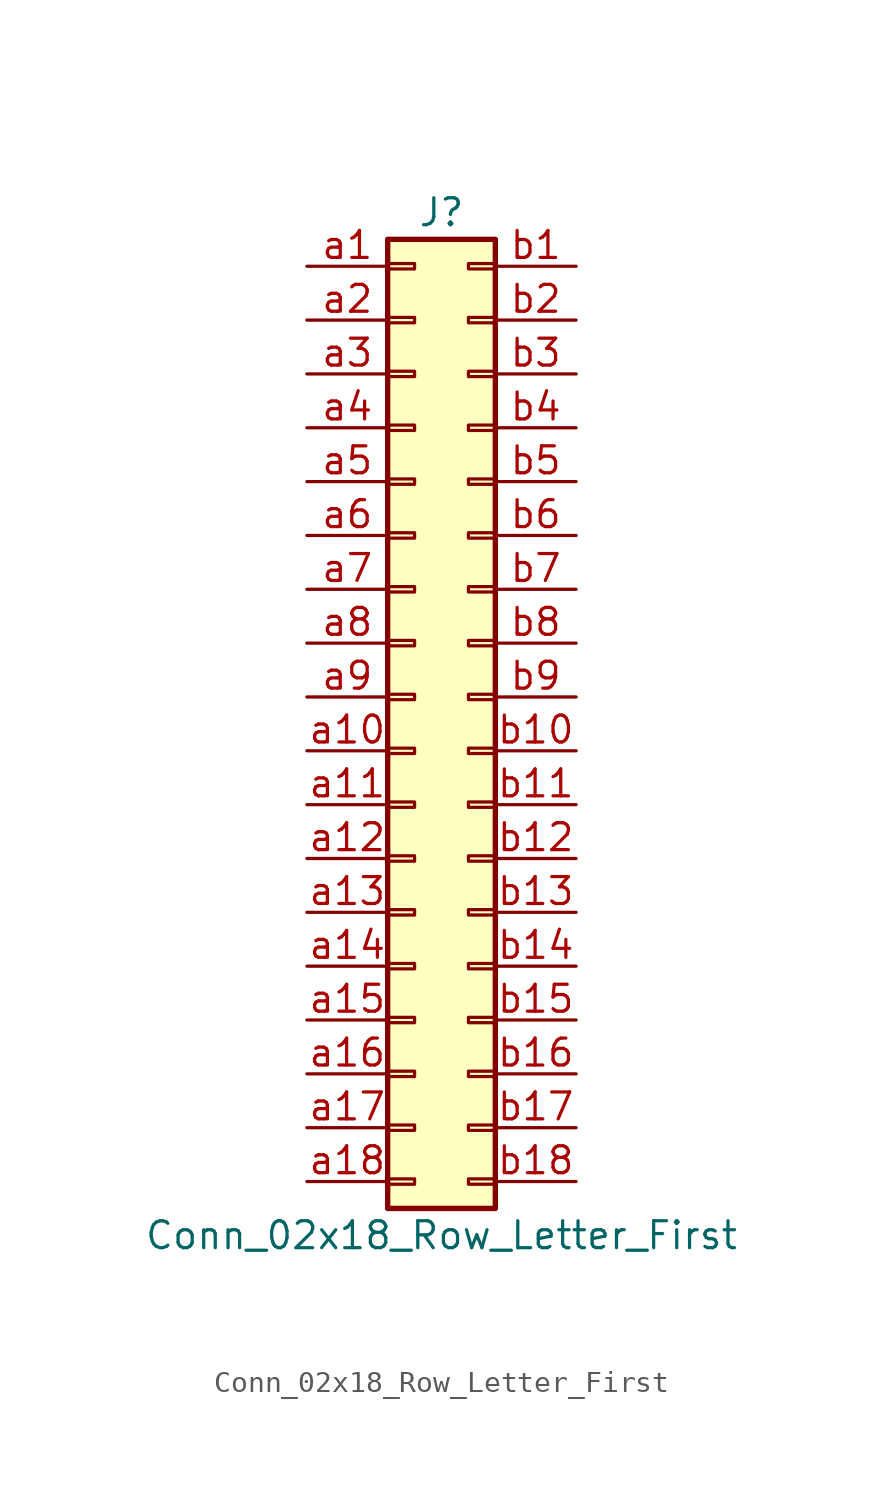
<source format=kicad_sym>
(kicad_symbol_lib
  (version 20211014)
  (generator kicad_symbol_editor)
  (symbol "Conn_02x18_Row_Letter_First"
    (pin_names
      (offset 1.016) hide)
    (property "Reference" "J"
      (at 1.27 22.86 0)
      (effects (font (size 1.27 1.27))))
    (property "Value" "Conn_02x18_Row_Letter_First"
      (at 1.27 -25.4 0)
      (effects (font (size 1.27 1.27))))
    (symbol "Conn_02x18_Row_Letter_First_1_1"
      (rectangle (start -1.27 -22.733) (end 0 -22.987) (stroke (width 0.152) (type default) (color 0 0 0 0)) (fill (type none)))
      (rectangle (start -1.27 -20.193) (end 0 -20.447) (stroke (width 0.152) (type default) (color 0 0 0 0)) (fill (type none)))
      (rectangle (start -1.27 -17.653) (end 0 -17.907) (stroke (width 0.152) (type default) (color 0 0 0 0)) (fill (type none)))
      (rectangle (start -1.27 -15.113) (end 0 -15.367) (stroke (width 0.152) (type default) (color 0 0 0 0)) (fill (type none)))
      (rectangle (start -1.27 -12.573) (end 0 -12.827) (stroke (width 0.152) (type default) (color 0 0 0 0)) (fill (type none)))
      (rectangle (start -1.27 -10.033) (end 0 -10.287) (stroke (width 0.152) (type default) (color 0 0 0 0)) (fill (type none)))
      (rectangle (start -1.27 -7.493) (end 0 -7.747) (stroke (width 0.152) (type default) (color 0 0 0 0)) (fill (type none)))
      (rectangle (start -1.27 -4.953) (end 0 -5.207) (stroke (width 0.152) (type default) (color 0 0 0 0)) (fill (type none)))
      (rectangle (start -1.27 -2.413) (end 0 -2.667) (stroke (width 0.152) (type default) (color 0 0 0 0)) (fill (type none)))
      (rectangle (start -1.27 0.127) (end 0 -0.127) (stroke (width 0.152) (type default) (color 0 0 0 0)) (fill (type none)))
      (rectangle (start -1.27 2.667) (end 0 2.413) (stroke (width 0.152) (type default) (color 0 0 0 0)) (fill (type none)))
      (rectangle (start -1.27 5.207) (end 0 4.953) (stroke (width 0.152) (type default) (color 0 0 0 0)) (fill (type none)))
      (rectangle (start -1.27 7.747) (end 0 7.493) (stroke (width 0.152) (type default) (color 0 0 0 0)) (fill (type none)))
      (rectangle (start -1.27 10.287) (end 0 10.033) (stroke (width 0.152) (type default) (color 0 0 0 0)) (fill (type none)))
      (rectangle (start -1.27 12.827) (end 0 12.573) (stroke (width 0.152) (type default) (color 0 0 0 0)) (fill (type none)))
      (rectangle (start -1.27 15.367) (end 0 15.113) (stroke (width 0.152) (type default) (color 0 0 0 0)) (fill (type none)))
      (rectangle (start -1.27 17.907) (end 0 17.653) (stroke (width 0.152) (type default) (color 0 0 0 0)) (fill (type none)))
      (rectangle (start -1.27 20.447) (end 0 20.193) (stroke (width 0.152) (type default) (color 0 0 0 0)) (fill (type none)))
      (rectangle (start -1.27 21.59) (end 3.81 -24.13) (stroke (width 0.254) (type default) (color 0 0 0 0)) (fill (type background)))
      (rectangle (start 3.81 -22.733) (end 2.54 -22.987) (stroke (width 0.152) (type default) (color 0 0 0 0)) (fill (type none)))
      (rectangle (start 3.81 -20.193) (end 2.54 -20.447) (stroke (width 0.152) (type default) (color 0 0 0 0)) (fill (type none)))
      (rectangle (start 3.81 -17.653) (end 2.54 -17.907) (stroke (width 0.152) (type default) (color 0 0 0 0)) (fill (type none)))
      (rectangle (start 3.81 -15.113) (end 2.54 -15.367) (stroke (width 0.152) (type default) (color 0 0 0 0)) (fill (type none)))
      (rectangle (start 3.81 -12.573) (end 2.54 -12.827) (stroke (width 0.152) (type default) (color 0 0 0 0)) (fill (type none)))
      (rectangle (start 3.81 -10.033) (end 2.54 -10.287) (stroke (width 0.152) (type default) (color 0 0 0 0)) (fill (type none)))
      (rectangle (start 3.81 -7.493) (end 2.54 -7.747) (stroke (width 0.152) (type default) (color 0 0 0 0)) (fill (type none)))
      (rectangle (start 3.81 -4.953) (end 2.54 -5.207) (stroke (width 0.152) (type default) (color 0 0 0 0)) (fill (type none)))
      (rectangle (start 3.81 -2.413) (end 2.54 -2.667) (stroke (width 0.152) (type default) (color 0 0 0 0)) (fill (type none)))
      (rectangle (start 3.81 0.127) (end 2.54 -0.127) (stroke (width 0.152) (type default) (color 0 0 0 0)) (fill (type none)))
      (rectangle (start 3.81 2.667) (end 2.54 2.413) (stroke (width 0.152) (type default) (color 0 0 0 0)) (fill (type none)))
      (rectangle (start 3.81 5.207) (end 2.54 4.953) (stroke (width 0.152) (type default) (color 0 0 0 0)) (fill (type none)))
      (rectangle (start 3.81 7.747) (end 2.54 7.493) (stroke (width 0.152) (type default) (color 0 0 0 0)) (fill (type none)))
      (rectangle (start 3.81 10.287) (end 2.54 10.033) (stroke (width 0.152) (type default) (color 0 0 0 0)) (fill (type none)))
      (rectangle (start 3.81 12.827) (end 2.54 12.573) (stroke (width 0.152) (type default) (color 0 0 0 0)) (fill (type none)))
      (rectangle (start 3.81 15.367) (end 2.54 15.113) (stroke (width 0.152) (type default) (color 0 0 0 0)) (fill (type none)))
      (rectangle (start 3.81 17.907) (end 2.54 17.653) (stroke (width 0.152) (type default) (color 0 0 0 0)) (fill (type none)))
      (rectangle (start 3.81 20.447) (end 2.54 20.193) (stroke (width 0.152) (type default) (color 0 0 0 0)) (fill (type none)))
      (pin passive line (at -5.08 20.32 0) (length 3.81) (name "Pin_a1" (effects (font (size 1.27 1.27)))) (number "a1" (effects (font (size 1.27 1.27)))))
      (pin passive line (at -5.08 -2.54 0) (length 3.81) (name "Pin_a10" (effects (font (size 1.27 1.27)))) (number "a10" (effects (font (size 1.27 1.27)))))
      (pin passive line (at -5.08 -5.08 0) (length 3.81) (name "Pin_a11" (effects (font (size 1.27 1.27)))) (number "a11" (effects (font (size 1.27 1.27)))))
      (pin passive line (at -5.08 -7.62 0) (length 3.81) (name "Pin_a12" (effects (font (size 1.27 1.27)))) (number "a12" (effects (font (size 1.27 1.27)))))
      (pin passive line (at -5.08 -10.16 0) (length 3.81) (name "Pin_a13" (effects (font (size 1.27 1.27)))) (number "a13" (effects (font (size 1.27 1.27)))))
      (pin passive line (at -5.08 -12.7 0) (length 3.81) (name "Pin_a14" (effects (font (size 1.27 1.27)))) (number "a14" (effects (font (size 1.27 1.27)))))
      (pin passive line (at -5.08 -15.24 0) (length 3.81) (name "Pin_a15" (effects (font (size 1.27 1.27)))) (number "a15" (effects (font (size 1.27 1.27)))))
      (pin passive line (at -5.08 -17.78 0) (length 3.81) (name "Pin_a16" (effects (font (size 1.27 1.27)))) (number "a16" (effects (font (size 1.27 1.27)))))
      (pin passive line (at -5.08 -20.32 0) (length 3.81) (name "Pin_a17" (effects (font (size 1.27 1.27)))) (number "a17" (effects (font (size 1.27 1.27)))))
      (pin passive line (at -5.08 -22.86 0) (length 3.81) (name "Pin_a18" (effects (font (size 1.27 1.27)))) (number "a18" (effects (font (size 1.27 1.27)))))
      (pin passive line (at -5.08 17.78 0) (length 3.81) (name "Pin_a2" (effects (font (size 1.27 1.27)))) (number "a2" (effects (font (size 1.27 1.27)))))
      (pin passive line (at -5.08 15.24 0) (length 3.81) (name "Pin_a3" (effects (font (size 1.27 1.27)))) (number "a3" (effects (font (size 1.27 1.27)))))
      (pin passive line (at -5.08 12.7 0) (length 3.81) (name "Pin_a4" (effects (font (size 1.27 1.27)))) (number "a4" (effects (font (size 1.27 1.27)))))
      (pin passive line (at -5.08 10.16 0) (length 3.81) (name "Pin_a5" (effects (font (size 1.27 1.27)))) (number "a5" (effects (font (size 1.27 1.27)))))
      (pin passive line (at -5.08 7.62 0) (length 3.81) (name "Pin_a6" (effects (font (size 1.27 1.27)))) (number "a6" (effects (font (size 1.27 1.27)))))
      (pin passive line (at -5.08 5.08 0) (length 3.81) (name "Pin_a7" (effects (font (size 1.27 1.27)))) (number "a7" (effects (font (size 1.27 1.27)))))
      (pin passive line (at -5.08 2.54 0) (length 3.81) (name "Pin_a8" (effects (font (size 1.27 1.27)))) (number "a8" (effects (font (size 1.27 1.27)))))
      (pin passive line (at -5.08 0 0) (length 3.81) (name "Pin_a9" (effects (font (size 1.27 1.27)))) (number "a9" (effects (font (size 1.27 1.27)))))
      (pin passive line (at 7.62 20.32 180) (length 3.81) (name "Pin_b1" (effects (font (size 1.27 1.27)))) (number "b1" (effects (font (size 1.27 1.27)))))
      (pin passive line (at 7.62 -2.54 180) (length 3.81) (name "Pin_b10" (effects (font (size 1.27 1.27)))) (number "b10" (effects (font (size 1.27 1.27)))))
      (pin passive line (at 7.62 -5.08 180) (length 3.81) (name "Pin_b11" (effects (font (size 1.27 1.27)))) (number "b11" (effects (font (size 1.27 1.27)))))
      (pin passive line (at 7.62 -7.62 180) (length 3.81) (name "Pin_b12" (effects (font (size 1.27 1.27)))) (number "b12" (effects (font (size 1.27 1.27)))))
      (pin passive line (at 7.62 -10.16 180) (length 3.81) (name "Pin_b13" (effects (font (size 1.27 1.27)))) (number "b13" (effects (font (size 1.27 1.27)))))
      (pin passive line (at 7.62 -12.7 180) (length 3.81) (name "Pin_b14" (effects (font (size 1.27 1.27)))) (number "b14" (effects (font (size 1.27 1.27)))))
      (pin passive line (at 7.62 -15.24 180) (length 3.81) (name "Pin_b15" (effects (font (size 1.27 1.27)))) (number "b15" (effects (font (size 1.27 1.27)))))
      (pin passive line (at 7.62 -17.78 180) (length 3.81) (name "Pin_b16" (effects (font (size 1.27 1.27)))) (number "b16" (effects (font (size 1.27 1.27)))))
      (pin passive line (at 7.62 -20.32 180) (length 3.81) (name "Pin_b17" (effects (font (size 1.27 1.27)))) (number "b17" (effects (font (size 1.27 1.27)))))
      (pin passive line (at 7.62 -22.86 180) (length 3.81) (name "Pin_b18" (effects (font (size 1.27 1.27)))) (number "b18" (effects (font (size 1.27 1.27)))))
      (pin passive line (at 7.62 17.78 180) (length 3.81) (name "Pin_b2" (effects (font (size 1.27 1.27)))) (number "b2" (effects (font (size 1.27 1.27)))))
      (pin passive line (at 7.62 15.24 180) (length 3.81) (name "Pin_b3" (effects (font (size 1.27 1.27)))) (number "b3" (effects (font (size 1.27 1.27)))))
      (pin passive line (at 7.62 12.7 180) (length 3.81) (name "Pin_b4" (effects (font (size 1.27 1.27)))) (number "b4" (effects (font (size 1.27 1.27)))))
      (pin passive line (at 7.62 10.16 180) (length 3.81) (name "Pin_b5" (effects (font (size 1.27 1.27)))) (number "b5" (effects (font (size 1.27 1.27)))))
      (pin passive line (at 7.62 7.62 180) (length 3.81) (name "Pin_b6" (effects (font (size 1.27 1.27)))) (number "b6" (effects (font (size 1.27 1.27)))))
      (pin passive line (at 7.62 5.08 180) (length 3.81) (name "Pin_b7" (effects (font (size 1.27 1.27)))) (number "b7" (effects (font (size 1.27 1.27)))))
      (pin passive line (at 7.62 2.54 180) (length 3.81) (name "Pin_b8" (effects (font (size 1.27 1.27)))) (number "b8" (effects (font (size 1.27 1.27)))))
      (pin passive line (at 7.62 0 180) (length 3.81) (name "Pin_b9" (effects (font (size 1.27 1.27)))) (number "b9" (effects (font (size 1.27 1.27))))))))
</source>
